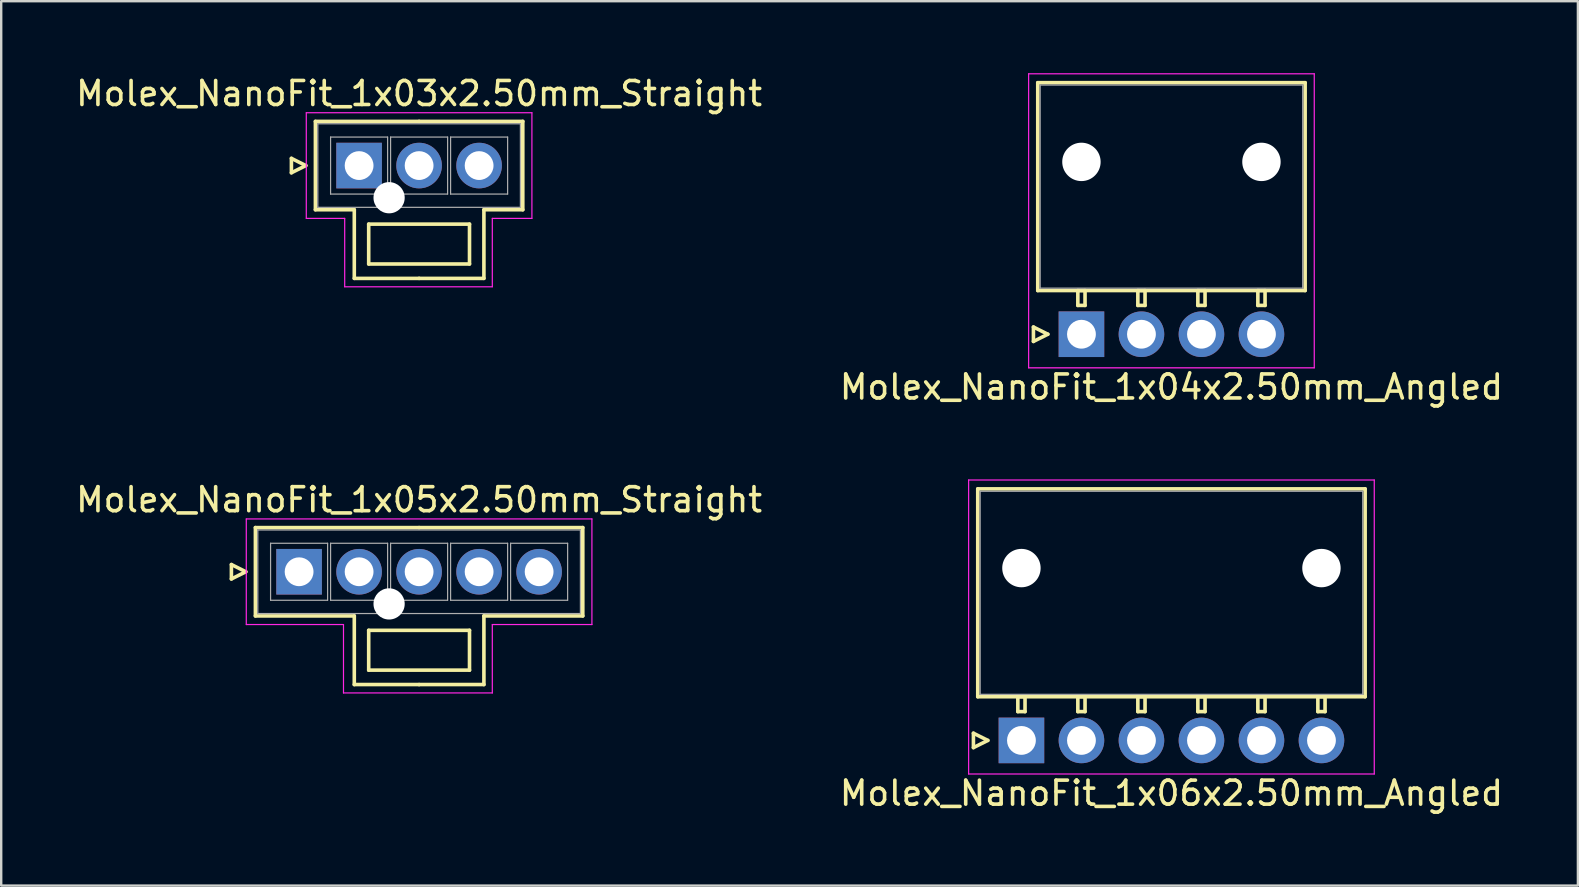
<source format=kicad_pcb>
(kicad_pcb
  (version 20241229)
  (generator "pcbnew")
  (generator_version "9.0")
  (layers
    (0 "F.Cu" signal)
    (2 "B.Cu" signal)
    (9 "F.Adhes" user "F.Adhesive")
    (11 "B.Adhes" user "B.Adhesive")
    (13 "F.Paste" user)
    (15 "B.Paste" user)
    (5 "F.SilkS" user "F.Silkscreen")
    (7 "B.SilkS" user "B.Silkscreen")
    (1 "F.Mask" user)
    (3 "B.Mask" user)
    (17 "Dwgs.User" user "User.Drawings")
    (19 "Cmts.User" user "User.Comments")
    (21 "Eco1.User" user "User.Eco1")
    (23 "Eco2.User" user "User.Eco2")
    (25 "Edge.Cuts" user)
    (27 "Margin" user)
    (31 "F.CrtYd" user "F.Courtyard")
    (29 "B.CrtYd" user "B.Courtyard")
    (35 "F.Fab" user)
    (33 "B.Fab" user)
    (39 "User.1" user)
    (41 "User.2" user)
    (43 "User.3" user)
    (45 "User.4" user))
  (footprint "Molex_NanoFit_1x03x2.50mm_Straight"
    (layer "F.Cu")
    (at 11.911 3.848)
    (property "Reference" "Molex_NanoFit_1x03x2.50mm_Straight" (at 2.5 -3 0) (layer "F.SilkS") (effects (font (size 1 1) (thickness 0.15))))
    (attr through_hole)
    (fp_line (start -2.82 -0.3) (end -2.22 0) (stroke (width 0.15) (type solid)) (layer "F.SilkS"))
    (fp_line (start -2.82 0.3) (end -2.82 -0.3) (stroke (width 0.15) (type solid)) (layer "F.SilkS"))
    (fp_line (start -2.22 0) (end -2.82 0.3) (stroke (width 0.15) (type solid)) (layer "F.SilkS"))
    (fp_line (start -1.82 -1.84) (end -1.82 1.84) (stroke (width 0.15) (type solid)) (layer "F.SilkS"))
    (fp_line (start -1.82 1.84) (end -0.2 1.84) (stroke (width 0.15) (type solid)) (layer "F.SilkS"))
    (fp_line (start -0.2 1.84) (end -0.2 4.7) (stroke (width 0.15) (type solid)) (layer "F.SilkS"))
    (fp_line (start -0.2 4.7) (end 2.5 4.7) (stroke (width 0.15) (type solid)) (layer "F.SilkS"))
    (fp_line (start 0.4 2.44) (end 0.4 4.1) (stroke (width 0.15) (type solid)) (layer "F.SilkS"))
    (fp_line (start 0.4 4.1) (end 4.6 4.1) (stroke (width 0.15) (type solid)) (layer "F.SilkS"))
    (fp_line (start 2.5 -1.84) (end -1.82 -1.84) (stroke (width 0.15) (type solid)) (layer "F.SilkS"))
    (fp_line (start 2.5 -1.84) (end 6.82 -1.84) (stroke (width 0.15) (type solid)) (layer "F.SilkS"))
    (fp_line (start 4.6 2.44) (end 0.4 2.44) (stroke (width 0.15) (type solid)) (layer "F.SilkS"))
    (fp_line (start 4.6 4.1) (end 4.6 2.44) (stroke (width 0.15) (type solid)) (layer "F.SilkS"))
    (fp_line (start 5.2 1.84) (end 5.2 4.7) (stroke (width 0.15) (type solid)) (layer "F.SilkS"))
    (fp_line (start 5.2 4.7) (end 2.5 4.7) (stroke (width 0.15) (type solid)) (layer "F.SilkS"))
    (fp_line (start 6.82 -1.84) (end 6.82 1.84) (stroke (width 0.15) (type solid)) (layer "F.SilkS"))
    (fp_line (start 6.82 1.84) (end 5.2 1.84) (stroke (width 0.15) (type solid)) (layer "F.SilkS"))
    (fp_line (start -2.2 -2.2) (end -2.2 2.2) (stroke (width 0.05) (type solid)) (layer "F.CrtYd"))
    (fp_line (start -2.2 2.2) (end -0.6 2.2) (stroke (width 0.05) (type solid)) (layer "F.CrtYd"))
    (fp_line (start -0.6 2.2) (end -0.6 5.05) (stroke (width 0.05) (type solid)) (layer "F.CrtYd"))
    (fp_line (start -0.6 5.05) (end 5.55 5.05) (stroke (width 0.05) (type solid)) (layer "F.CrtYd"))
    (fp_line (start 5.55 2.2) (end 7.2 2.2) (stroke (width 0.05) (type solid)) (layer "F.CrtYd"))
    (fp_line (start 5.55 5.05) (end 5.55 2.2) (stroke (width 0.05) (type solid)) (layer "F.CrtYd"))
    (fp_line (start 7.2 -2.2) (end -2.2 -2.2) (stroke (width 0.05) (type solid)) (layer "F.CrtYd"))
    (fp_line (start 7.2 2.2) (end 7.2 -2.2) (stroke (width 0.05) (type solid)) (layer "F.CrtYd"))
    (fp_line (start -1.72 -1.74) (end -1.72 1.74) (stroke (width 0.05) (type solid)) (layer "F.Fab"))
    (fp_line (start -1.72 1.74) (end 6.72 1.74) (stroke (width 0.05) (type solid)) (layer "F.Fab"))
    (fp_line (start -1.188 -1.188) (end -1.188 1.188) (stroke (width 0.05) (type solid)) (layer "F.Fab"))
    (fp_line (start -1.188 1.188) (end 1.188 1.188) (stroke (width 0.05) (type solid)) (layer "F.Fab"))
    (fp_line (start 1.188 -1.188) (end -1.188 -1.188) (stroke (width 0.05) (type solid)) (layer "F.Fab"))
    (fp_line (start 1.188 1.188) (end 1.188 -1.188) (stroke (width 0.05) (type solid)) (layer "F.Fab"))
    (fp_line (start 1.312 -1.188) (end 1.312 1.188) (stroke (width 0.05) (type solid)) (layer "F.Fab"))
    (fp_line (start 1.312 1.188) (end 3.688 1.188) (stroke (width 0.05) (type solid)) (layer "F.Fab"))
    (fp_line (start 3.688 -1.188) (end 1.312 -1.188) (stroke (width 0.05) (type solid)) (layer "F.Fab"))
    (fp_line (start 3.688 1.188) (end 3.688 -1.188) (stroke (width 0.05) (type solid)) (layer "F.Fab"))
    (fp_line (start 3.812 -1.188) (end 3.812 1.188) (stroke (width 0.05) (type solid)) (layer "F.Fab"))
    (fp_line (start 3.812 1.188) (end 6.188 1.188) (stroke (width 0.05) (type solid)) (layer "F.Fab"))
    (fp_line (start 6.188 -1.188) (end 3.812 -1.188) (stroke (width 0.05) (type solid)) (layer "F.Fab"))
    (fp_line (start 6.188 1.188) (end 6.188 -1.188) (stroke (width 0.05) (type solid)) (layer "F.Fab"))
    (fp_line (start 6.72 -1.74) (end -1.72 -1.74) (stroke (width 0.05) (type solid)) (layer "F.Fab"))
    (fp_line (start 6.72 1.74) (end 6.72 -1.74) (stroke (width 0.05) (type solid)) (layer "F.Fab"))
    (pad "" np_thru_hole circle (at 1.25 1.34) (size 1.3 1.3) (drill 1.3) (layers "*.Cu"))
    (pad "1" thru_hole rect (at 0 0) (size 1.9 1.9) (drill 1.2) (layers "*.Cu" "*.Mask"))
    (pad "2" thru_hole circle (at 2.5 0) (size 1.9 1.9) (drill 1.2) (layers "*.Cu" "*.Mask"))
    (pad "3" thru_hole circle (at 5 0) (size 1.9 1.9) (drill 1.2) (layers "*.Cu" "*.Mask")))
  (footprint "Molex_NanoFit_1x06x2.50mm_Angled"
    (layer "F.Cu")
    (at 39.506 27.798)
    (property "Reference" "Molex_NanoFit_1x06x2.50mm_Angled" (at 6.25 2.2 0) (layer "F.SilkS") (effects (font (size 1 1) (thickness 0.15))))
    (attr through_hole)
    (fp_line (start -2 -0.3) (end -1.4 0) (stroke (width 0.15) (type solid)) (layer "F.SilkS"))
    (fp_line (start -2 0.3) (end -2 -0.3) (stroke (width 0.15) (type solid)) (layer "F.SilkS"))
    (fp_line (start -1.82 -10.48) (end -1.82 -1.82) (stroke (width 0.15) (type solid)) (layer "F.SilkS"))
    (fp_line (start -1.82 -1.82) (end 14.32 -1.82) (stroke (width 0.15) (type solid)) (layer "F.SilkS"))
    (fp_line (start -1.4 0) (end -2 0.3) (stroke (width 0.15) (type solid)) (layer "F.SilkS"))
    (fp_line (start -0.15 -1.82) (end -0.15 -1.2) (stroke (width 0.15) (type solid)) (layer "F.SilkS"))
    (fp_line (start -0.15 -1.2) (end 0.15 -1.2) (stroke (width 0.15) (type solid)) (layer "F.SilkS"))
    (fp_line (start 0.15 -1.82) (end -0.15 -1.82) (stroke (width 0.15) (type solid)) (layer "F.SilkS"))
    (fp_line (start 0.15 -1.2) (end 0.15 -1.82) (stroke (width 0.15) (type solid)) (layer "F.SilkS"))
    (fp_line (start 2.35 -1.82) (end 2.35 -1.2) (stroke (width 0.15) (type solid)) (layer "F.SilkS"))
    (fp_line (start 2.35 -1.2) (end 2.65 -1.2) (stroke (width 0.15) (type solid)) (layer "F.SilkS"))
    (fp_line (start 2.65 -1.82) (end 2.35 -1.82) (stroke (width 0.15) (type solid)) (layer "F.SilkS"))
    (fp_line (start 2.65 -1.2) (end 2.65 -1.82) (stroke (width 0.15) (type solid)) (layer "F.SilkS"))
    (fp_line (start 4.85 -1.82) (end 4.85 -1.2) (stroke (width 0.15) (type solid)) (layer "F.SilkS"))
    (fp_line (start 4.85 -1.2) (end 5.15 -1.2) (stroke (width 0.15) (type solid)) (layer "F.SilkS"))
    (fp_line (start 5.15 -1.82) (end 4.85 -1.82) (stroke (width 0.15) (type solid)) (layer "F.SilkS"))
    (fp_line (start 5.15 -1.2) (end 5.15 -1.82) (stroke (width 0.15) (type solid)) (layer "F.SilkS"))
    (fp_line (start 7.35 -1.82) (end 7.35 -1.2) (stroke (width 0.15) (type solid)) (layer "F.SilkS"))
    (fp_line (start 7.35 -1.2) (end 7.65 -1.2) (stroke (width 0.15) (type solid)) (layer "F.SilkS"))
    (fp_line (start 7.65 -1.82) (end 7.35 -1.82) (stroke (width 0.15) (type solid)) (layer "F.SilkS"))
    (fp_line (start 7.65 -1.2) (end 7.65 -1.82) (stroke (width 0.15) (type solid)) (layer "F.SilkS"))
    (fp_line (start 9.85 -1.82) (end 9.85 -1.2) (stroke (width 0.15) (type solid)) (layer "F.SilkS"))
    (fp_line (start 9.85 -1.2) (end 10.15 -1.2) (stroke (width 0.15) (type solid)) (layer "F.SilkS"))
    (fp_line (start 10.15 -1.82) (end 9.85 -1.82) (stroke (width 0.15) (type solid)) (layer "F.SilkS"))
    (fp_line (start 10.15 -1.2) (end 10.15 -1.82) (stroke (width 0.15) (type solid)) (layer "F.SilkS"))
    (fp_line (start 12.35 -1.82) (end 12.35 -1.2) (stroke (width 0.15) (type solid)) (layer "F.SilkS"))
    (fp_line (start 12.35 -1.2) (end 12.65 -1.2) (stroke (width 0.15) (type solid)) (layer "F.SilkS"))
    (fp_line (start 12.65 -1.82) (end 12.35 -1.82) (stroke (width 0.15) (type solid)) (layer "F.SilkS"))
    (fp_line (start 12.65 -1.2) (end 12.65 -1.82) (stroke (width 0.15) (type solid)) (layer "F.SilkS"))
    (fp_line (start 14.32 -10.48) (end -1.82 -10.48) (stroke (width 0.15) (type solid)) (layer "F.SilkS"))
    (fp_line (start 14.32 -1.82) (end 14.32 -10.48) (stroke (width 0.15) (type solid)) (layer "F.SilkS"))
    (fp_line (start -2.2 -10.85) (end -2.2 1.4) (stroke (width 0.05) (type solid)) (layer "F.CrtYd"))
    (fp_line (start -2.2 1.4) (end 14.7 1.4) (stroke (width 0.05) (type solid)) (layer "F.CrtYd"))
    (fp_line (start 14.7 -10.85) (end -2.2 -10.85) (stroke (width 0.05) (type solid)) (layer "F.CrtYd"))
    (fp_line (start 14.7 1.4) (end 14.7 -10.85) (stroke (width 0.05) (type solid)) (layer "F.CrtYd"))
    (fp_line (start -1.72 -10.38) (end -1.72 -1.92) (stroke (width 0.05) (type solid)) (layer "F.Fab"))
    (fp_line (start -1.72 -1.92) (end 14.22 -1.92) (stroke (width 0.05) (type solid)) (layer "F.Fab"))
    (fp_line (start 14.22 -10.38) (end -1.72 -10.38) (stroke (width 0.05) (type solid)) (layer "F.Fab"))
    (fp_line (start 14.22 -1.92) (end 14.22 -10.38) (stroke (width 0.05) (type solid)) (layer "F.Fab"))
    (pad "" np_thru_hole circle (at 0 -7.18) (size 1.6 1.6) (drill 1.6) (layers "*.Cu"))
    (pad "" np_thru_hole circle (at 12.5 -7.18) (size 1.6 1.6) (drill 1.6) (layers "*.Cu"))
    (pad "1" thru_hole rect (at 0 0) (size 1.9 1.9) (drill 1.2) (layers "*.Cu" "*.Mask"))
    (pad "2" thru_hole circle (at 2.5 0) (size 1.9 1.9) (drill 1.2) (layers "*.Cu" "*.Mask"))
    (pad "3" thru_hole circle (at 5 0) (size 1.9 1.9) (drill 1.2) (layers "*.Cu" "*.Mask"))
    (pad "4" thru_hole circle (at 7.5 0) (size 1.9 1.9) (drill 1.2) (layers "*.Cu" "*.Mask"))
    (pad "5" thru_hole circle (at 10 0) (size 1.9 1.9) (drill 1.2) (layers "*.Cu" "*.Mask"))
    (pad "6" thru_hole circle (at 12.5 0) (size 1.9 1.9) (drill 1.2) (layers "*.Cu" "*.Mask")))
  (footprint "Molex_NanoFit_1x04x2.50mm_Angled"
    (layer "F.Cu")
    (at 42.006 10.875)
    (property "Reference" "Molex_NanoFit_1x04x2.50mm_Angled" (at 3.75 2.2 0) (layer "F.SilkS") (effects (font (size 1 1) (thickness 0.15))))
    (attr through_hole)
    (fp_line (start -2 -0.3) (end -1.4 0) (stroke (width 0.15) (type solid)) (layer "F.SilkS"))
    (fp_line (start -2 0.3) (end -2 -0.3) (stroke (width 0.15) (type solid)) (layer "F.SilkS"))
    (fp_line (start -1.82 -10.48) (end -1.82 -1.82) (stroke (width 0.15) (type solid)) (layer "F.SilkS"))
    (fp_line (start -1.82 -1.82) (end 9.32 -1.82) (stroke (width 0.15) (type solid)) (layer "F.SilkS"))
    (fp_line (start -1.4 0) (end -2 0.3) (stroke (width 0.15) (type solid)) (layer "F.SilkS"))
    (fp_line (start -0.15 -1.82) (end -0.15 -1.2) (stroke (width 0.15) (type solid)) (layer "F.SilkS"))
    (fp_line (start -0.15 -1.2) (end 0.15 -1.2) (stroke (width 0.15) (type solid)) (layer "F.SilkS"))
    (fp_line (start 0.15 -1.82) (end -0.15 -1.82) (stroke (width 0.15) (type solid)) (layer "F.SilkS"))
    (fp_line (start 0.15 -1.2) (end 0.15 -1.82) (stroke (width 0.15) (type solid)) (layer "F.SilkS"))
    (fp_line (start 2.35 -1.82) (end 2.35 -1.2) (stroke (width 0.15) (type solid)) (layer "F.SilkS"))
    (fp_line (start 2.35 -1.2) (end 2.65 -1.2) (stroke (width 0.15) (type solid)) (layer "F.SilkS"))
    (fp_line (start 2.65 -1.82) (end 2.35 -1.82) (stroke (width 0.15) (type solid)) (layer "F.SilkS"))
    (fp_line (start 2.65 -1.2) (end 2.65 -1.82) (stroke (width 0.15) (type solid)) (layer "F.SilkS"))
    (fp_line (start 4.85 -1.82) (end 4.85 -1.2) (stroke (width 0.15) (type solid)) (layer "F.SilkS"))
    (fp_line (start 4.85 -1.2) (end 5.15 -1.2) (stroke (width 0.15) (type solid)) (layer "F.SilkS"))
    (fp_line (start 5.15 -1.82) (end 4.85 -1.82) (stroke (width 0.15) (type solid)) (layer "F.SilkS"))
    (fp_line (start 5.15 -1.2) (end 5.15 -1.82) (stroke (width 0.15) (type solid)) (layer "F.SilkS"))
    (fp_line (start 7.35 -1.82) (end 7.35 -1.2) (stroke (width 0.15) (type solid)) (layer "F.SilkS"))
    (fp_line (start 7.35 -1.2) (end 7.65 -1.2) (stroke (width 0.15) (type solid)) (layer "F.SilkS"))
    (fp_line (start 7.65 -1.82) (end 7.35 -1.82) (stroke (width 0.15) (type solid)) (layer "F.SilkS"))
    (fp_line (start 7.65 -1.2) (end 7.65 -1.82) (stroke (width 0.15) (type solid)) (layer "F.SilkS"))
    (fp_line (start 9.32 -10.48) (end -1.82 -10.48) (stroke (width 0.15) (type solid)) (layer "F.SilkS"))
    (fp_line (start 9.32 -1.82) (end 9.32 -10.48) (stroke (width 0.15) (type solid)) (layer "F.SilkS"))
    (fp_line (start -2.2 -10.85) (end -2.2 1.4) (stroke (width 0.05) (type solid)) (layer "F.CrtYd"))
    (fp_line (start -2.2 1.4) (end 9.7 1.4) (stroke (width 0.05) (type solid)) (layer "F.CrtYd"))
    (fp_line (start 9.7 -10.85) (end -2.2 -10.85) (stroke (width 0.05) (type solid)) (layer "F.CrtYd"))
    (fp_line (start 9.7 1.4) (end 9.7 -10.85) (stroke (width 0.05) (type solid)) (layer "F.CrtYd"))
    (fp_line (start -1.72 -10.38) (end -1.72 -1.92) (stroke (width 0.05) (type solid)) (layer "F.Fab"))
    (fp_line (start -1.72 -1.92) (end 9.22 -1.92) (stroke (width 0.05) (type solid)) (layer "F.Fab"))
    (fp_line (start 9.22 -10.38) (end -1.72 -10.38) (stroke (width 0.05) (type solid)) (layer "F.Fab"))
    (fp_line (start 9.22 -1.92) (end 9.22 -10.38) (stroke (width 0.05) (type solid)) (layer "F.Fab"))
    (pad "" np_thru_hole circle (at 0 -7.18) (size 1.6 1.6) (drill 1.6) (layers "*.Cu"))
    (pad "" np_thru_hole circle (at 7.5 -7.18) (size 1.6 1.6) (drill 1.6) (layers "*.Cu"))
    (pad "1" thru_hole rect (at 0 0) (size 1.9 1.9) (drill 1.2) (layers "*.Cu" "*.Mask"))
    (pad "2" thru_hole circle (at 2.5 0) (size 1.9 1.9) (drill 1.2) (layers "*.Cu" "*.Mask"))
    (pad "3" thru_hole circle (at 5 0) (size 1.9 1.9) (drill 1.2) (layers "*.Cu" "*.Mask"))
    (pad "4" thru_hole circle (at 7.5 0) (size 1.9 1.9) (drill 1.2) (layers "*.Cu" "*.Mask")))
  (footprint "Molex_NanoFit_1x05x2.50mm_Straight"
    (layer "F.Cu")
    (at 9.411 20.771)
    (property "Reference" "Molex_NanoFit_1x05x2.50mm_Straight" (at 5 -3 0) (layer "F.SilkS") (effects (font (size 1 1) (thickness 0.15))))
    (attr through_hole)
    (fp_line (start -2.82 -0.3) (end -2.22 0) (stroke (width 0.15) (type solid)) (layer "F.SilkS"))
    (fp_line (start -2.82 0.3) (end -2.82 -0.3) (stroke (width 0.15) (type solid)) (layer "F.SilkS"))
    (fp_line (start -2.22 0) (end -2.82 0.3) (stroke (width 0.15) (type solid)) (layer "F.SilkS"))
    (fp_line (start -1.82 -1.84) (end -1.82 1.84) (stroke (width 0.15) (type solid)) (layer "F.SilkS"))
    (fp_line (start -1.82 1.84) (end 2.3 1.84) (stroke (width 0.15) (type solid)) (layer "F.SilkS"))
    (fp_line (start 2.3 1.84) (end 2.3 4.7) (stroke (width 0.15) (type solid)) (layer "F.SilkS"))
    (fp_line (start 2.3 4.7) (end 5 4.7) (stroke (width 0.15) (type solid)) (layer "F.SilkS"))
    (fp_line (start 2.9 2.44) (end 2.9 4.1) (stroke (width 0.15) (type solid)) (layer "F.SilkS"))
    (fp_line (start 2.9 4.1) (end 7.1 4.1) (stroke (width 0.15) (type solid)) (layer "F.SilkS"))
    (fp_line (start 5 -1.84) (end -1.82 -1.84) (stroke (width 0.15) (type solid)) (layer "F.SilkS"))
    (fp_line (start 5 -1.84) (end 11.82 -1.84) (stroke (width 0.15) (type solid)) (layer "F.SilkS"))
    (fp_line (start 7.1 2.44) (end 2.9 2.44) (stroke (width 0.15) (type solid)) (layer "F.SilkS"))
    (fp_line (start 7.1 4.1) (end 7.1 2.44) (stroke (width 0.15) (type solid)) (layer "F.SilkS"))
    (fp_line (start 7.7 1.84) (end 7.7 4.7) (stroke (width 0.15) (type solid)) (layer "F.SilkS"))
    (fp_line (start 7.7 4.7) (end 5 4.7) (stroke (width 0.15) (type solid)) (layer "F.SilkS"))
    (fp_line (start 11.82 -1.84) (end 11.82 1.84) (stroke (width 0.15) (type solid)) (layer "F.SilkS"))
    (fp_line (start 11.82 1.84) (end 7.7 1.84) (stroke (width 0.15) (type solid)) (layer "F.SilkS"))
    (fp_line (start -2.2 -2.2) (end -2.2 2.2) (stroke (width 0.05) (type solid)) (layer "F.CrtYd"))
    (fp_line (start -2.2 2.2) (end 1.85 2.2) (stroke (width 0.05) (type solid)) (layer "F.CrtYd"))
    (fp_line (start 1.85 2.2) (end 1.85 5.05) (stroke (width 0.05) (type solid)) (layer "F.CrtYd"))
    (fp_line (start 1.85 5.05) (end 8.05 5.05) (stroke (width 0.05) (type solid)) (layer "F.CrtYd"))
    (fp_line (start 8.05 2.2) (end 12.2 2.2) (stroke (width 0.05) (type solid)) (layer "F.CrtYd"))
    (fp_line (start 8.05 5.05) (end 8.05 2.2) (stroke (width 0.05) (type solid)) (layer "F.CrtYd"))
    (fp_line (start 12.2 -2.2) (end -2.2 -2.2) (stroke (width 0.05) (type solid)) (layer "F.CrtYd"))
    (fp_line (start 12.2 2.2) (end 12.2 -2.2) (stroke (width 0.05) (type solid)) (layer "F.CrtYd"))
    (fp_line (start -1.72 -1.74) (end -1.72 1.74) (stroke (width 0.05) (type solid)) (layer "F.Fab"))
    (fp_line (start -1.72 1.74) (end 11.72 1.74) (stroke (width 0.05) (type solid)) (layer "F.Fab"))
    (fp_line (start -1.188 -1.188) (end -1.188 1.188) (stroke (width 0.05) (type solid)) (layer "F.Fab"))
    (fp_line (start -1.188 1.188) (end 1.188 1.188) (stroke (width 0.05) (type solid)) (layer "F.Fab"))
    (fp_line (start 1.188 -1.188) (end -1.188 -1.188) (stroke (width 0.05) (type solid)) (layer "F.Fab"))
    (fp_line (start 1.188 1.188) (end 1.188 -1.188) (stroke (width 0.05) (type solid)) (layer "F.Fab"))
    (fp_line (start 1.312 -1.188) (end 1.312 1.188) (stroke (width 0.05) (type solid)) (layer "F.Fab"))
    (fp_line (start 1.312 1.188) (end 3.688 1.188) (stroke (width 0.05) (type solid)) (layer "F.Fab"))
    (fp_line (start 3.688 -1.188) (end 1.312 -1.188) (stroke (width 0.05) (type solid)) (layer "F.Fab"))
    (fp_line (start 3.688 1.188) (end 3.688 -1.188) (stroke (width 0.05) (type solid)) (layer "F.Fab"))
    (fp_line (start 3.812 -1.188) (end 3.812 1.188) (stroke (width 0.05) (type solid)) (layer "F.Fab"))
    (fp_line (start 3.812 1.188) (end 6.188 1.188) (stroke (width 0.05) (type solid)) (layer "F.Fab"))
    (fp_line (start 6.188 -1.188) (end 3.812 -1.188) (stroke (width 0.05) (type solid)) (layer "F.Fab"))
    (fp_line (start 6.188 1.188) (end 6.188 -1.188) (stroke (width 0.05) (type solid)) (layer "F.Fab"))
    (fp_line (start 6.312 -1.188) (end 6.312 1.188) (stroke (width 0.05) (type solid)) (layer "F.Fab"))
    (fp_line (start 6.312 1.188) (end 8.688 1.188) (stroke (width 0.05) (type solid)) (layer "F.Fab"))
    (fp_line (start 8.688 -1.188) (end 6.312 -1.188) (stroke (width 0.05) (type solid)) (layer "F.Fab"))
    (fp_line (start 8.688 1.188) (end 8.688 -1.188) (stroke (width 0.05) (type solid)) (layer "F.Fab"))
    (fp_line (start 8.812 -1.188) (end 8.812 1.188) (stroke (width 0.05) (type solid)) (layer "F.Fab"))
    (fp_line (start 8.812 1.188) (end 11.188 1.188) (stroke (width 0.05) (type solid)) (layer "F.Fab"))
    (fp_line (start 11.188 -1.188) (end 8.812 -1.188) (stroke (width 0.05) (type solid)) (layer "F.Fab"))
    (fp_line (start 11.188 1.188) (end 11.188 -1.188) (stroke (width 0.05) (type solid)) (layer "F.Fab"))
    (fp_line (start 11.72 -1.74) (end -1.72 -1.74) (stroke (width 0.05) (type solid)) (layer "F.Fab"))
    (fp_line (start 11.72 1.74) (end 11.72 -1.74) (stroke (width 0.05) (type solid)) (layer "F.Fab"))
    (pad "" np_thru_hole circle (at 3.75 1.34) (size 1.3 1.3) (drill 1.3) (layers "*.Cu"))
    (pad "1" thru_hole rect (at 0 0) (size 1.9 1.9) (drill 1.2) (layers "*.Cu" "*.Mask"))
    (pad "2" thru_hole circle (at 2.5 0) (size 1.9 1.9) (drill 1.2) (layers "*.Cu" "*.Mask"))
    (pad "3" thru_hole circle (at 5 0) (size 1.9 1.9) (drill 1.2) (layers "*.Cu" "*.Mask"))
    (pad "4" thru_hole circle (at 7.5 0) (size 1.9 1.9) (drill 1.2) (layers "*.Cu" "*.Mask"))
    (pad "5" thru_hole circle (at 10 0) (size 1.9 1.9) (drill 1.2) (layers "*.Cu" "*.Mask")))
  (gr_rect
    (start -3 -3)
    (end 62.69 33.846)
    (stroke (width 0.1) (type default))
    (fill no)
    (layer "Edge.Cuts")))
</source>
